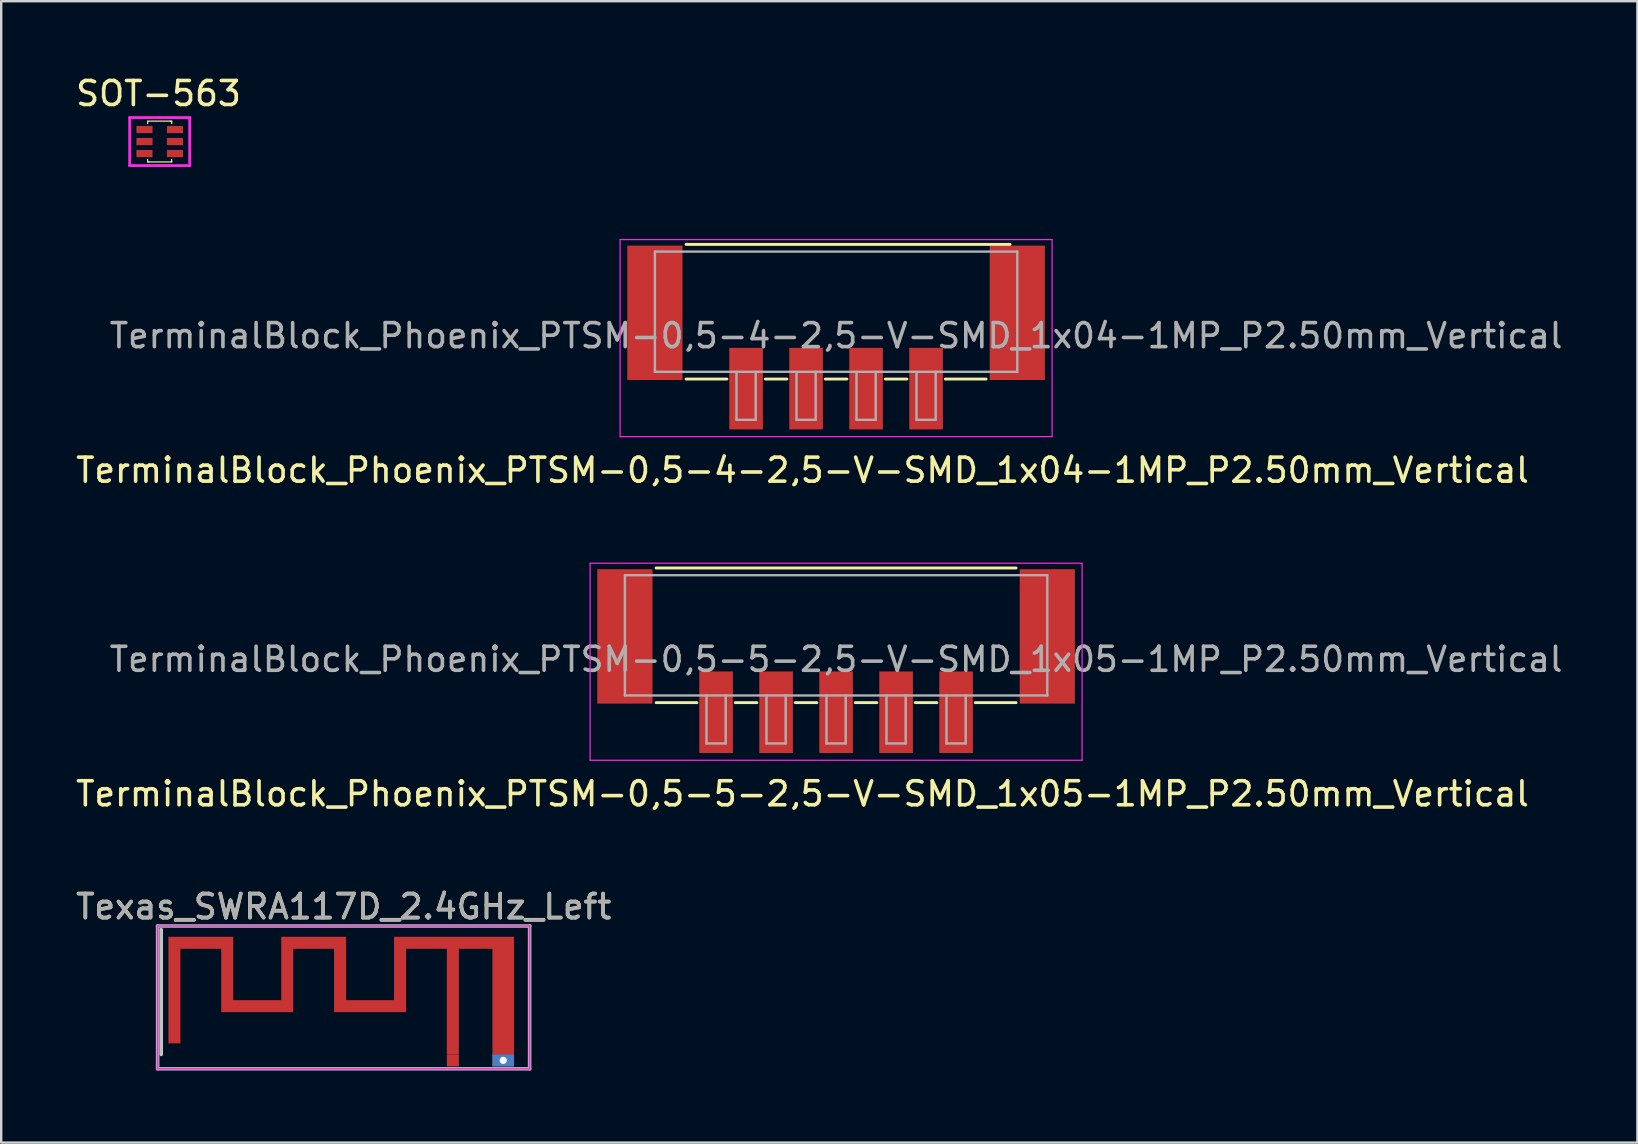
<source format=kicad_pcb>
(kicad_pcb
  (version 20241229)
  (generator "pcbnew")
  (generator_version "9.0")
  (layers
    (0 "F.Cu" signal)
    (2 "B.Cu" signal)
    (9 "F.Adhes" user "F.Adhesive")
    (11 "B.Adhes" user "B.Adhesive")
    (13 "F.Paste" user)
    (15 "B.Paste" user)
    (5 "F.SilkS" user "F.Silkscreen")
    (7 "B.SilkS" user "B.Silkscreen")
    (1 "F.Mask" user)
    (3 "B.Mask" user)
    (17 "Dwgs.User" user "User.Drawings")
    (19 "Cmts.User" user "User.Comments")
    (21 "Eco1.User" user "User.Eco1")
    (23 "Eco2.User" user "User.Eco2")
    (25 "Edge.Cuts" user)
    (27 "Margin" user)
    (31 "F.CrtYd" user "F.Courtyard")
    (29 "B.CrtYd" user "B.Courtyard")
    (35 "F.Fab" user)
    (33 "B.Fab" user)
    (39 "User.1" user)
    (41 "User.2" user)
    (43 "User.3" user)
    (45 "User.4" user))
  (footprint "TerminalBlock_Phoenix_PTSM-0,5-5-2,5-V-SMD_1x05-1MP_P2.50mm_Vertical"
    (layer "F.Cu")
    (at 31.787 24.497)
    (property "Reference" "TerminalBlock_Phoenix_PTSM-0,5-5-2,5-V-SMD_1x05-1MP_P2.50mm_Vertical" (at -1.4 5.53 0) (layer "F.SilkS") (effects (font (size 1 1) (thickness 0.15))))
    (attr smd)
    (fp_line (start -7.5 -3.88) (end 7.5 -3.88) (stroke (width 0.12) (type solid)) (layer "F.SilkS"))
    (fp_line (start -5.8 1.73) (end -7.5 1.73) (stroke (width 0.12) (type solid)) (layer "F.SilkS"))
    (fp_line (start -3.3 1.73) (end -4.2 1.73) (stroke (width 0.12) (type solid)) (layer "F.SilkS"))
    (fp_line (start -0.8 1.73) (end -1.7 1.73) (stroke (width 0.12) (type solid)) (layer "F.SilkS"))
    (fp_line (start 1.7 1.73) (end 0.8 1.73) (stroke (width 0.12) (type solid)) (layer "F.SilkS"))
    (fp_line (start 4.2 1.73) (end 3.3 1.73) (stroke (width 0.12) (type solid)) (layer "F.SilkS"))
    (fp_line (start 7.5 1.73) (end 5.8 1.73) (stroke (width 0.12) (type solid)) (layer "F.SilkS"))
    (fp_line (start -10.25 -4.08) (end 10.25 -4.08) (stroke (width 0.05) (type solid)) (layer "F.CrtYd"))
    (fp_line (start -10.25 4.13) (end -10.25 -4.08) (stroke (width 0.05) (type solid)) (layer "F.CrtYd"))
    (fp_line (start 10.25 -4.08) (end 10.25 4.13) (stroke (width 0.05) (type solid)) (layer "F.CrtYd"))
    (fp_line (start 10.25 4.13) (end -10.25 4.13) (stroke (width 0.05) (type solid)) (layer "F.CrtYd"))
    (fp_line (start -8.8 -3.58) (end 8.8 -3.58) (stroke (width 0.1) (type solid)) (layer "F.Fab"))
    (fp_line (start -8.8 1.43) (end -8.8 -3.58) (stroke (width 0.1) (type solid)) (layer "F.Fab"))
    (fp_line (start -5.4 1.43) (end -5.4 3.43) (stroke (width 0.1) (type solid)) (layer "F.Fab"))
    (fp_line (start -5.4 3.43) (end -4.6 3.43) (stroke (width 0.1) (type solid)) (layer "F.Fab"))
    (fp_line (start -4.6 1.43) (end -4.6 3.43) (stroke (width 0.1) (type solid)) (layer "F.Fab"))
    (fp_line (start -2.9 1.43) (end -2.9 3.43) (stroke (width 0.1) (type solid)) (layer "F.Fab"))
    (fp_line (start -2.9 3.43) (end -2.1 3.43) (stroke (width 0.1) (type solid)) (layer "F.Fab"))
    (fp_line (start -2.1 1.43) (end -2.1 3.43) (stroke (width 0.1) (type solid)) (layer "F.Fab"))
    (fp_line (start -0.4 1.43) (end -0.4 3.43) (stroke (width 0.1) (type solid)) (layer "F.Fab"))
    (fp_line (start -0.4 3.43) (end 0.4 3.43) (stroke (width 0.1) (type solid)) (layer "F.Fab"))
    (fp_line (start 0.4 1.43) (end 0.4 3.43) (stroke (width 0.1) (type solid)) (layer "F.Fab"))
    (fp_line (start 2.1 1.43) (end 2.1 3.43) (stroke (width 0.1) (type solid)) (layer "F.Fab"))
    (fp_line (start 2.1 3.43) (end 2.9 3.43) (stroke (width 0.1) (type solid)) (layer "F.Fab"))
    (fp_line (start 2.9 1.43) (end 2.9 3.43) (stroke (width 0.1) (type solid)) (layer "F.Fab"))
    (fp_line (start 4.6 1.43) (end 4.6 3.43) (stroke (width 0.1) (type solid)) (layer "F.Fab"))
    (fp_line (start 4.6 3.43) (end 5.4 3.43) (stroke (width 0.1) (type solid)) (layer "F.Fab"))
    (fp_line (start 5.4 1.43) (end 5.4 3.43) (stroke (width 0.1) (type solid)) (layer "F.Fab"))
    (fp_line (start 8.8 1.43) (end -8.8 1.43) (stroke (width 0.1) (type solid)) (layer "F.Fab"))
    (fp_line (start 8.8 1.43) (end 8.8 -3.58) (stroke (width 0.1) (type solid)) (layer "F.Fab"))
    (fp_text user "${REFERENCE}" (at 0 -0.075 0) (layer "F.Fab") (effects (font (size 1 1) (thickness 0.15))))
    (pad "1" smd rect (at -5 2.13 180) (size 1.4 3.4) (layers "F.Cu" "F.Mask" "F.Paste"))
    (pad "2" smd rect (at -2.5 2.13 180) (size 1.4 3.4) (layers "F.Cu" "F.Mask" "F.Paste"))
    (pad "3" smd rect (at 0 2.13 180) (size 1.4 3.4) (layers "F.Cu" "F.Mask" "F.Paste"))
    (pad "4" smd rect (at 2.5 2.13 180) (size 1.4 3.4) (layers "F.Cu" "F.Mask" "F.Paste"))
    (pad "5" smd rect (at 5 2.13 180) (size 1.4 3.4) (layers "F.Cu" "F.Mask" "F.Paste"))
    (pad "MP" smd rect (at -8.8 -1.03 180) (size 2.3 5.6) (layers "F.Cu" "F.Mask" "F.Paste"))
    (pad "MP" smd rect (at 8.8 -1.03 180) (size 2.3 5.6) (layers "F.Cu" "F.Mask" "F.Paste")))
  (footprint "Texas_SWRA117D_2.4GHz_Left"
    (layer "F.Cu")
    (at 15.818 41.133)
    (property "Reference" "Texas_SWRA117D_2.4GHz_Left" (at -4.55 -6.41 0) (layer "F.SilkS") (effects (font (size 1 1) (thickness 0.15))))
    (attr exclude_from_pos_files exclude_from_bom)
    (fp_poly (pts (xy -2.45 -2.51) (xy -4.45 -2.51) (xy -4.45 -5.15) (xy -7.15 -5.15) (xy -7.15 -2.51) (xy -9.15 -2.51) (xy -9.15 -5.15) (xy -11.85 -5.15) (xy -11.85 -0.71) (xy -11.35 -0.71) (xy -11.35 -4.65) (xy -9.65 -4.65) (xy -9.65 -2.01) (xy -6.65 -2.01) (xy -6.65 -4.65) (xy -4.95 -4.65) (xy -4.95 -2.01) (xy -1.95 -2.01) (xy -1.95 -4.65) (xy -0.25 -4.65) (xy -0.25 -0.25) (xy 0.25 -0.25) (xy 0.25 -4.65) (xy 1.65 -4.65) (xy 1.65 -0.25) (xy 2.55 -0.25) (xy 2.55 0.007) (xy 2.55 -5.15) (xy -2.45 -5.15) (xy -2.45 -2.51)) (stroke (width 0) (type solid)) (fill yes) (layer "F.Cu"))
    (fp_line (start -12.15 -0.25) (end -12.15 -5.45) (stroke (width 0.15) (type solid)) (layer "Dwgs.User"))
    (fp_line (start -12.3 -5.6) (end -12.3 0.35) (stroke (width 0.05) (type solid)) (layer "F.CrtYd"))
    (fp_line (start -12.3 0.35) (end 3.2 0.35) (stroke (width 0.05) (type solid)) (layer "F.CrtYd"))
    (fp_line (start 3.2 -5.6) (end -12.3 -5.6) (stroke (width 0.05) (type solid)) (layer "F.CrtYd"))
    (fp_line (start 3.2 0.35) (end 3.2 -5.6) (stroke (width 0.05) (type solid)) (layer "F.CrtYd"))
    (fp_line (start -12.3 -5.6) (end -12.3 0.35) (stroke (width 0.15) (type solid)) (layer "F.Fab"))
    (fp_line (start -12.3 0.35) (end 3.2 0.35) (stroke (width 0.15) (type solid)) (layer "F.Fab"))
    (fp_line (start 3.2 -5.6) (end -12.3 -5.6) (stroke (width 0.15) (type solid)) (layer "F.Fab"))
    (fp_line (start 3.2 0.35) (end 3.2 -5.6) (stroke (width 0.15) (type solid)) (layer "F.Fab"))
    (fp_text user "${REFERENCE}" (at -4.55 -6.4 0) (layer "F.Fab") (effects (font (size 1 1) (thickness 0.15))))
    (pad "1" connect rect (at 0 0) (size 0.5 0.5) (layers "F.Cu"))
    (pad "2" thru_hole rect (at 2.1 0) (size 0.9 0.5) (drill 0.3) (layers "*.Cu")))
  (footprint "TerminalBlock_Phoenix_PTSM-0,5-4-2,5-V-SMD_1x04-1MP_P2.50mm_Vertical"
    (layer "F.Cu")
    (at 31.787 11.013)
    (property "Reference" "TerminalBlock_Phoenix_PTSM-0,5-4-2,5-V-SMD_1x04-1MP_P2.50mm_Vertical" (at -1.4 5.53 0) (layer "F.SilkS") (effects (font (size 1 1) (thickness 0.15))))
    (attr smd)
    (fp_line (start -6.25 -3.88) (end 7.25 -3.88) (stroke (width 0.12) (type solid)) (layer "F.SilkS"))
    (fp_line (start -4.55 1.73) (end -6.25 1.73) (stroke (width 0.12) (type solid)) (layer "F.SilkS"))
    (fp_line (start -2.05 1.73) (end -2.95 1.73) (stroke (width 0.12) (type solid)) (layer "F.SilkS"))
    (fp_line (start 0.45 1.73) (end -0.45 1.73) (stroke (width 0.12) (type solid)) (layer "F.SilkS"))
    (fp_line (start 2.95 1.73) (end 2.05 1.73) (stroke (width 0.12) (type solid)) (layer "F.SilkS"))
    (fp_line (start 6.25 1.73) (end 4.55 1.73) (stroke (width 0.12) (type solid)) (layer "F.SilkS"))
    (fp_line (start -9 -4.08) (end 9 -4.08) (stroke (width 0.05) (type solid)) (layer "F.CrtYd"))
    (fp_line (start -9 4.13) (end -9 -4.08) (stroke (width 0.05) (type solid)) (layer "F.CrtYd"))
    (fp_line (start 9 -4.08) (end 9 4.13) (stroke (width 0.05) (type solid)) (layer "F.CrtYd"))
    (fp_line (start 9 4.13) (end -9 4.13) (stroke (width 0.05) (type solid)) (layer "F.CrtYd"))
    (fp_line (start -7.55 -3.58) (end 7.55 -3.58) (stroke (width 0.1) (type solid)) (layer "F.Fab"))
    (fp_line (start -7.55 1.43) (end -7.55 -3.58) (stroke (width 0.1) (type solid)) (layer "F.Fab"))
    (fp_line (start -4.15 1.43) (end -4.15 3.43) (stroke (width 0.1) (type solid)) (layer "F.Fab"))
    (fp_line (start -4.15 3.43) (end -3.35 3.43) (stroke (width 0.1) (type solid)) (layer "F.Fab"))
    (fp_line (start -3.35 1.43) (end -3.35 3.43) (stroke (width 0.1) (type solid)) (layer "F.Fab"))
    (fp_line (start -1.65 1.43) (end -1.65 3.43) (stroke (width 0.1) (type solid)) (layer "F.Fab"))
    (fp_line (start -1.65 3.43) (end -0.85 3.43) (stroke (width 0.1) (type solid)) (layer "F.Fab"))
    (fp_line (start -0.85 1.43) (end -0.85 3.43) (stroke (width 0.1) (type solid)) (layer "F.Fab"))
    (fp_line (start 0.85 1.43) (end 0.85 3.43) (stroke (width 0.1) (type solid)) (layer "F.Fab"))
    (fp_line (start 0.85 3.43) (end 1.65 3.43) (stroke (width 0.1) (type solid)) (layer "F.Fab"))
    (fp_line (start 1.65 1.43) (end 1.65 3.43) (stroke (width 0.1) (type solid)) (layer "F.Fab"))
    (fp_line (start 3.35 1.43) (end 3.35 3.43) (stroke (width 0.1) (type solid)) (layer "F.Fab"))
    (fp_line (start 3.35 3.43) (end 4.15 3.43) (stroke (width 0.1) (type solid)) (layer "F.Fab"))
    (fp_line (start 4.15 1.43) (end 4.15 3.43) (stroke (width 0.1) (type solid)) (layer "F.Fab"))
    (fp_line (start 7.55 1.43) (end -7.55 1.43) (stroke (width 0.1) (type solid)) (layer "F.Fab"))
    (fp_line (start 7.55 1.43) (end 7.55 -3.58) (stroke (width 0.1) (type solid)) (layer "F.Fab"))
    (fp_text user "${REFERENCE}" (at 0 -0.075 0) (layer "F.Fab") (effects (font (size 1 1) (thickness 0.15))))
    (pad "1" smd rect (at -3.75 2.13 180) (size 1.4 3.4) (layers "F.Cu" "F.Mask" "F.Paste"))
    (pad "2" smd rect (at -1.25 2.13 180) (size 1.4 3.4) (layers "F.Cu" "F.Mask" "F.Paste"))
    (pad "3" smd rect (at 1.25 2.13 180) (size 1.4 3.4) (layers "F.Cu" "F.Mask" "F.Paste"))
    (pad "4" smd rect (at 3.75 2.13 180) (size 1.4 3.4) (layers "F.Cu" "F.Mask" "F.Paste"))
    (pad "MP" smd rect (at -7.55 -1.03 180) (size 2.3 5.6) (layers "F.Cu" "F.Mask" "F.Paste"))
    (pad "MP" smd rect (at 7.55 -1.03 180) (size 2.3 5.6) (layers "F.Cu" "F.Mask" "F.Paste")))
  (footprint "SOT-563"
    (layer "F.Cu")
    (at 3.604 2.848)
    (property "Reference" "SOT-563" (at -0.05 -2 0) (layer "F.SilkS") (effects (font (size 1 1) (thickness 0.15))))
    (attr through_hole)
    (fp_line (start -0.5 -0.85) (end 0.45 -0.85) (stroke (width 0.05) (type solid)) (layer "F.SilkS"))
    (fp_line (start -0.5 -0.75) (end -0.5 -0.85) (stroke (width 0.05) (type solid)) (layer "F.SilkS"))
    (fp_line (start -0.5 0.85) (end -0.5 0.75) (stroke (width 0.05) (type solid)) (layer "F.SilkS"))
    (fp_line (start -0.45 0.85) (end -0.5 0.85) (stroke (width 0.05) (type solid)) (layer "F.SilkS"))
    (fp_line (start 0.45 -0.85) (end 0.5 -0.85) (stroke (width 0.05) (type solid)) (layer "F.SilkS"))
    (fp_line (start 0.5 -0.85) (end 0.5 -0.75) (stroke (width 0.05) (type solid)) (layer "F.SilkS"))
    (fp_line (start 0.5 0.75) (end 0.5 0.85) (stroke (width 0.05) (type solid)) (layer "F.SilkS"))
    (fp_line (start 0.5 0.85) (end -0.45 0.85) (stroke (width 0.05) (type solid)) (layer "F.SilkS"))
    (fp_line (start -1.25 -1) (end 0 -1) (stroke (width 0.12) (type solid)) (layer "F.CrtYd"))
    (fp_line (start -1.25 1) (end -1.25 -1) (stroke (width 0.12) (type solid)) (layer "F.CrtYd"))
    (fp_line (start 0 -1) (end 1.25 -1) (stroke (width 0.12) (type solid)) (layer "F.CrtYd"))
    (fp_line (start 0 1) (end -1.25 1) (stroke (width 0.12) (type solid)) (layer "F.CrtYd"))
    (fp_line (start 1.25 -1) (end 1.25 1) (stroke (width 0.12) (type solid)) (layer "F.CrtYd"))
    (fp_line (start 1.25 1) (end 0 1) (stroke (width 0.12) (type solid)) (layer "F.CrtYd"))
    (pad "1" smd rect (at -0.635 -0.5) (size 0.67 0.3) (layers "F.Cu" "F.Mask" "F.Paste"))
    (pad "2" smd rect (at -0.635 0) (size 0.67 0.3) (layers "F.Cu" "F.Mask" "F.Paste"))
    (pad "3" smd rect (at -0.635 0.5) (size 0.67 0.3) (layers "F.Cu" "F.Mask" "F.Paste"))
    (pad "4" smd rect (at 0.635 0.5) (size 0.67 0.3) (layers "F.Cu" "F.Mask" "F.Paste"))
    (pad "5" smd rect (at 0.635 0) (size 0.67 0.3) (layers "F.Cu" "F.Mask" "F.Paste"))
    (pad "6" smd rect (at 0.635 -0.5) (size 0.67 0.3) (layers "F.Cu" "F.Mask" "F.Paste")))
  (gr_rect
    (start -3 -3)
    (end 65.174 44.558)
    (stroke (width 0.1) (type default))
    (fill no)
    (layer "Edge.Cuts")))
</source>
